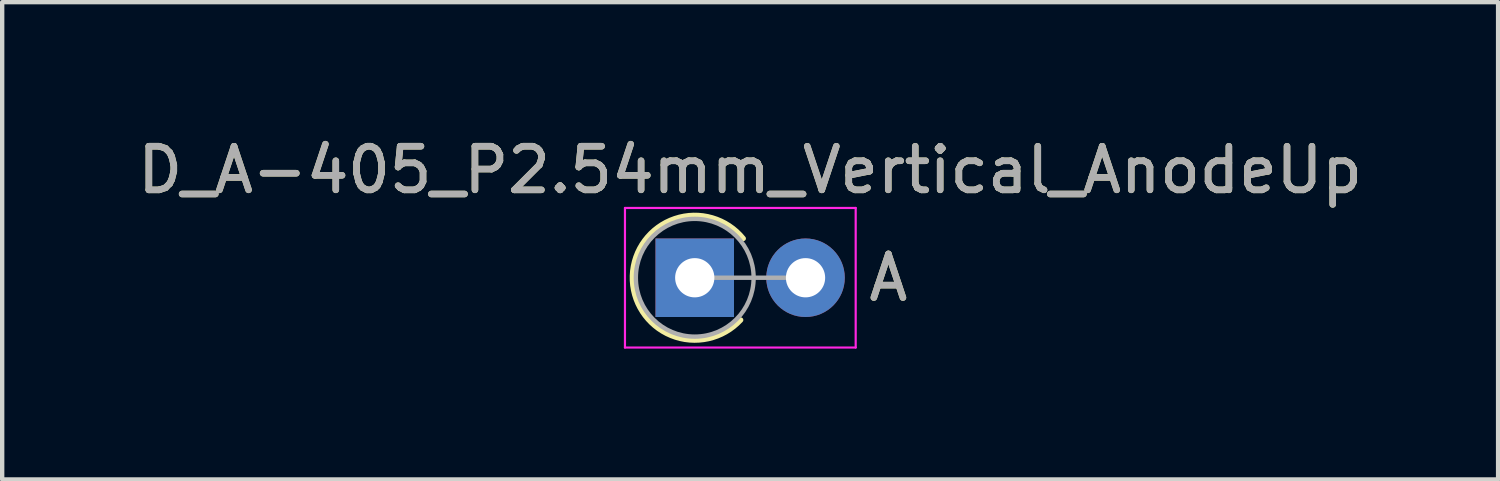
<source format=kicad_pcb>
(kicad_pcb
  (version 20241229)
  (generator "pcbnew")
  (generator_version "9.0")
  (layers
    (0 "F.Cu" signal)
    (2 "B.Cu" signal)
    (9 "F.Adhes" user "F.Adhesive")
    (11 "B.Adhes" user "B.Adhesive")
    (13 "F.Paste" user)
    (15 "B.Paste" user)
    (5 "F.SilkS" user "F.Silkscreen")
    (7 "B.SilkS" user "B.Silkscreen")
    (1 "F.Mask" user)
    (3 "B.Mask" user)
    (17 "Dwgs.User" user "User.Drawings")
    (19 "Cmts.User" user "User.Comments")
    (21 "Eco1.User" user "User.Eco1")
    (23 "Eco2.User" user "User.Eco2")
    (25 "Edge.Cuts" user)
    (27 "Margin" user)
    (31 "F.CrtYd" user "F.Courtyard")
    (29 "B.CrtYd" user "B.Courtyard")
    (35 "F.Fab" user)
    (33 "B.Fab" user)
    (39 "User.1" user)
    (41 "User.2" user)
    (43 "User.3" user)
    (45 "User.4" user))
  (footprint "D_A-405_P2.54mm_Vertical_AnodeUp"
    (layer "F.Cu")
    (at 12.879 3.318)
    (property "Reference" "D_A-405_P2.54mm_Vertical_AnodeUp" (at 1.27 -2.47 0) (layer "F.SilkS") (effects (font (size 1 1) (thickness 0.15))))
    (attr through_hole)
    (fp_arc (start 1.05385 0.968866) (mid -1.430816 -0.045469) (end 1.113239 -0.9) (stroke (width 0.12) (type solid)) (layer "F.SilkS"))
    (fp_line (start -1.6 -1.6) (end -1.6 1.6) (stroke (width 0.05) (type solid)) (layer "F.CrtYd"))
    (fp_line (start -1.6 1.6) (end 3.69 1.6) (stroke (width 0.05) (type solid)) (layer "F.CrtYd"))
    (fp_line (start 3.69 -1.6) (end -1.6 -1.6) (stroke (width 0.05) (type solid)) (layer "F.CrtYd"))
    (fp_line (start 3.69 1.6) (end 3.69 -1.6) (stroke (width 0.05) (type solid)) (layer "F.CrtYd"))
    (fp_line (start 0 0) (end 2.54 0) (stroke (width 0.1) (type solid)) (layer "F.Fab"))
    (fp_circle (center 0 0) (end 1.35 0) (stroke (width 0.1) (type solid)) (fill no) (layer "F.Fab"))
    (fp_text user "A" (at 4.44 0 0) (layer "F.SilkS") (effects (font (size 1 1) (thickness 0.15))))
    (fp_text user "${REFERENCE}" (at 1.27 -2.47 0) (layer "F.Fab") (effects (font (size 1 1) (thickness 0.15))))
    (fp_text user "A" (at 4.44 0 0) (layer "F.Fab") (effects (font (size 1 1) (thickness 0.15))))
    (pad "1" thru_hole rect (at 0 0) (size 1.8 1.8) (drill 0.9) (layers "*.Cu" "*.Mask"))
    (pad "2" thru_hole oval (at 2.54 0) (size 1.8 1.8) (drill 0.9) (layers "*.Cu" "*.Mask")))
  (gr_rect
    (start -3 -3)
    (end 31.298 7.943)
    (stroke (width 0.1) (type default))
    (fill no)
    (layer "Edge.Cuts")))
</source>
